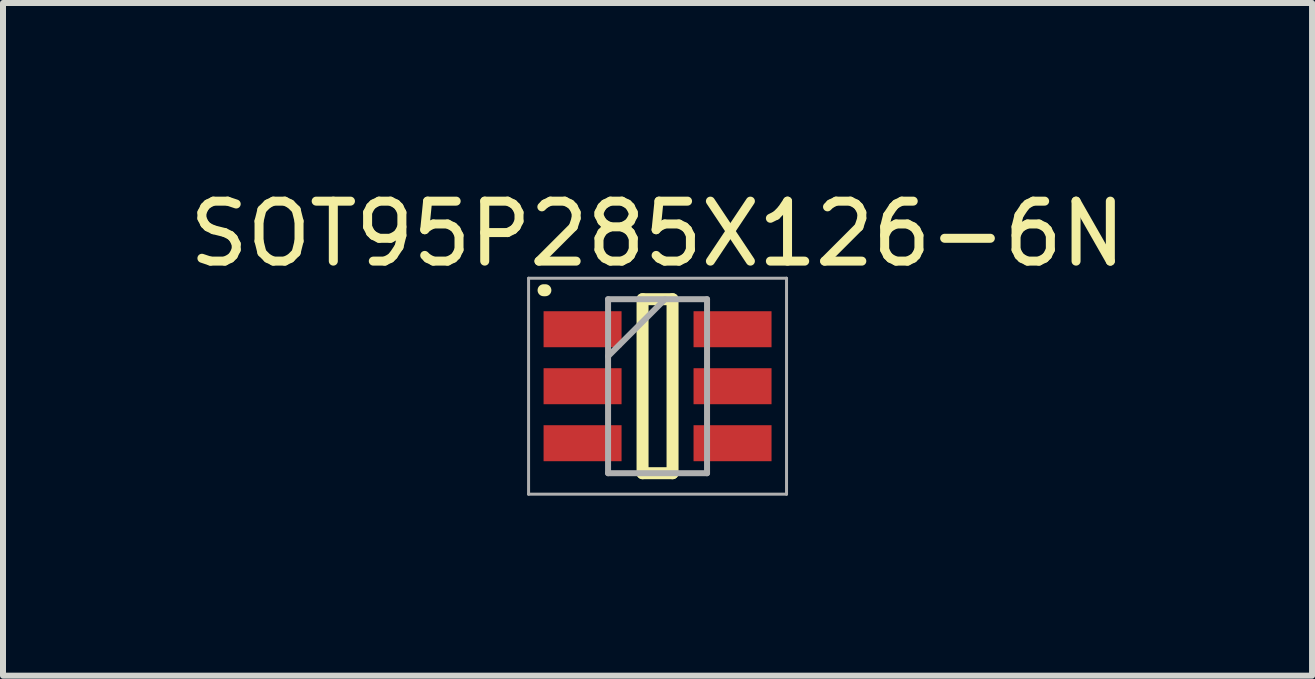
<source format=kicad_pcb>
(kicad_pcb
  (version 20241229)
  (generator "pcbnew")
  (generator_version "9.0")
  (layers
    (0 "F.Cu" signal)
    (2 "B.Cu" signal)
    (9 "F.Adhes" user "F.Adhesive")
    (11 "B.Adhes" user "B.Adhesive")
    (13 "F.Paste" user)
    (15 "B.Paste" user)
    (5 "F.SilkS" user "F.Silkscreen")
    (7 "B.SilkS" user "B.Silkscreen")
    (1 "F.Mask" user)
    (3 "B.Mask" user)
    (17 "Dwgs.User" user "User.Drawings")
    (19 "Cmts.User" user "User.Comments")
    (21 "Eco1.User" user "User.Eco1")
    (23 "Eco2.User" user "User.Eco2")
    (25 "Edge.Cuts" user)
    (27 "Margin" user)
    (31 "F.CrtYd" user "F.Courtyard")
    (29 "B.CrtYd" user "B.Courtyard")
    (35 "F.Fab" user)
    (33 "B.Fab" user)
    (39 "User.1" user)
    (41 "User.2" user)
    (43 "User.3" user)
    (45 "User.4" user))
  (footprint "SOT95P285X126-6N"
    (layer "F.Cu")
    (at 7.911 3.388)
    (property "Reference" "SOT95P285X126-6N" (at 0 -2.54 0) (layer "F.SilkS") (effects (font (size 1 1) (thickness 0.15))))
    (attr smd)
    (fp_line (start -1.9 -1.6) (end -1.87 -1.6) (stroke (width 0.2) (type solid)) (layer "F.SilkS"))
    (fp_line (start -0.25 -1.45) (end 0.25 -1.45) (stroke (width 0.2) (type solid)) (layer "F.SilkS"))
    (fp_line (start -0.25 1.45) (end -0.25 -1.45) (stroke (width 0.2) (type solid)) (layer "F.SilkS"))
    (fp_line (start 0.25 -1.45) (end 0.25 1.45) (stroke (width 0.2) (type solid)) (layer "F.SilkS"))
    (fp_line (start 0.25 1.45) (end -0.25 1.45) (stroke (width 0.2) (type solid)) (layer "F.SilkS"))
    (fp_line (start -2.15 -1.8) (end 2.15 -1.8) (stroke (width 0.05) (type solid)) (layer "F.Fab"))
    (fp_line (start -2.15 1.8) (end -2.15 -1.8) (stroke (width 0.05) (type solid)) (layer "F.Fab"))
    (fp_line (start -0.825 -1.45) (end 0.825 -1.45) (stroke (width 0.1) (type solid)) (layer "F.Fab"))
    (fp_line (start -0.825 -0.5) (end 0.125 -1.45) (stroke (width 0.1) (type solid)) (layer "F.Fab"))
    (fp_line (start -0.825 1.45) (end -0.825 -1.45) (stroke (width 0.1) (type solid)) (layer "F.Fab"))
    (fp_line (start 0.825 -1.45) (end 0.825 1.45) (stroke (width 0.1) (type solid)) (layer "F.Fab"))
    (fp_line (start 0.825 1.45) (end -0.825 1.45) (stroke (width 0.1) (type solid)) (layer "F.Fab"))
    (fp_line (start 2.15 -1.8) (end 2.15 1.8) (stroke (width 0.05) (type solid)) (layer "F.Fab"))
    (fp_line (start 2.15 1.8) (end -2.15 1.8) (stroke (width 0.05) (type solid)) (layer "F.Fab"))
    (pad "1" smd rect (at -1.25 -0.95) (size 1.3 0.6) (layers "F.Cu" "F.Mask" "F.Paste"))
    (pad "2" smd rect (at -1.25 0) (size 1.3 0.6) (layers "F.Cu" "F.Mask" "F.Paste"))
    (pad "3" smd rect (at -1.25 0.95) (size 1.3 0.6) (layers "F.Cu" "F.Mask" "F.Paste"))
    (pad "4" smd rect (at 1.25 0.95) (size 1.3 0.6) (layers "F.Cu" "F.Mask" "F.Paste"))
    (pad "5" smd rect (at 1.25 0) (size 1.3 0.6) (layers "F.Cu" "F.Mask" "F.Paste"))
    (pad "6" smd rect (at 1.25 -0.95) (size 1.3 0.6) (layers "F.Cu" "F.Mask" "F.Paste")))
  (gr_rect
    (start -3 -3)
    (end 18.821 8.213)
    (stroke (width 0.1) (type default))
    (fill no)
    (layer "Edge.Cuts")))
</source>
